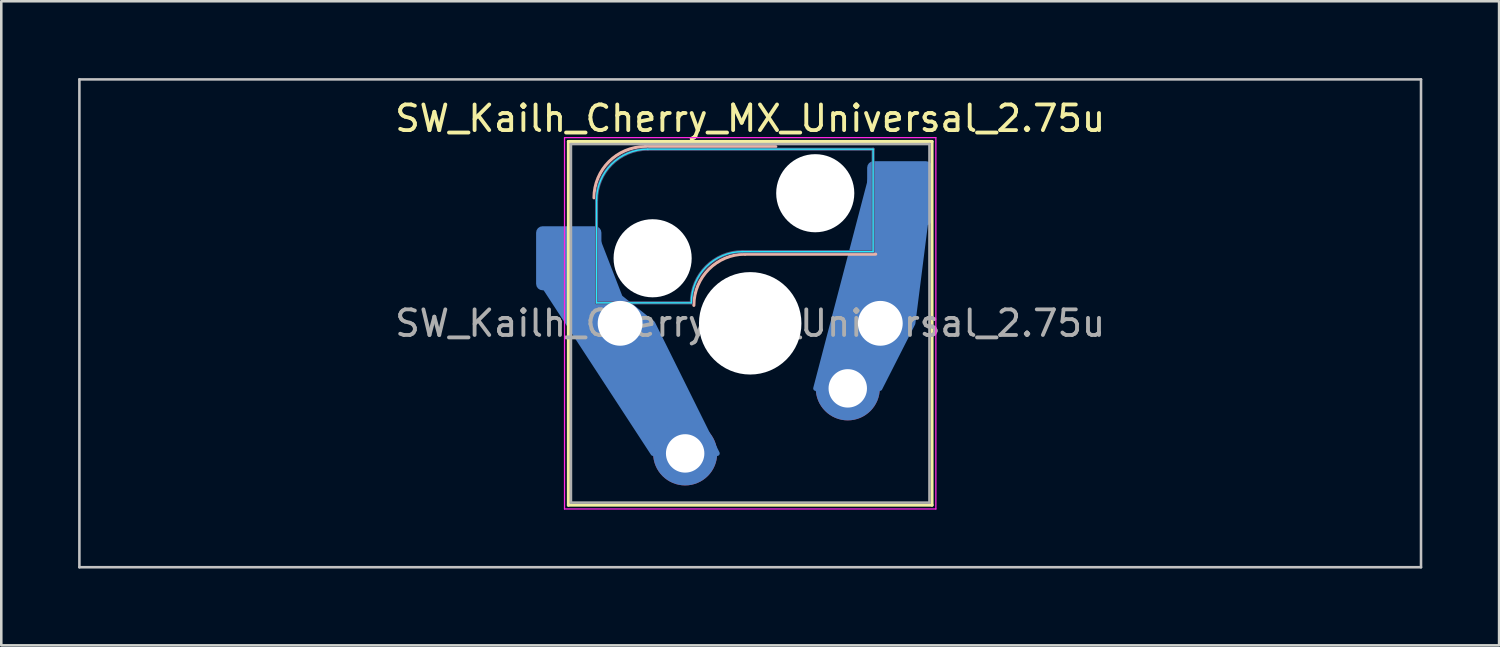
<source format=kicad_pcb>
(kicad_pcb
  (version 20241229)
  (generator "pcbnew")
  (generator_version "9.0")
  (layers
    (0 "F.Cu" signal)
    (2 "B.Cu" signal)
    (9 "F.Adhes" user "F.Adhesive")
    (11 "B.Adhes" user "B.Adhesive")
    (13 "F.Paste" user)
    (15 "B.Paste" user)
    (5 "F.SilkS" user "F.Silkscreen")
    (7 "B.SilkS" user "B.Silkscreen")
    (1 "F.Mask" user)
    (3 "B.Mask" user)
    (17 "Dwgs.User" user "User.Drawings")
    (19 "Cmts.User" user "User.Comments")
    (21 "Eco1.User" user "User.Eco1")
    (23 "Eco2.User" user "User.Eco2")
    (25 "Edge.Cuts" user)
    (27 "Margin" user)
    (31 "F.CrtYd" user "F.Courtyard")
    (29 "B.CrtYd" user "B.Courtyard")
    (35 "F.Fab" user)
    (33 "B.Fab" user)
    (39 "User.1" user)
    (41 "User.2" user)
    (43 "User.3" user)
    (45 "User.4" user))
  (footprint "SW_Kailh_Cherry_MX_Universal_2.75u"
    (layer "F.Cu")
    (at 26.244 9.575)
    (property "Reference" "SW_Kailh_Cherry_MX_Universal_2.75u" (at 0 -8 0) (layer "F.SilkS") (effects (font (size 1 1) (thickness 0.15))))
    (attr through_hole)
    (fp_poly (pts (xy 6.867 -4.08) (xy 6.35 0) (xy 5.06 2.54) (xy 2.56 2.54) (xy 4.817 -6.08)) (stroke (width 0.2) (type solid)) (fill yes) (layer "B.Cu"))
    (fp_poly (pts (xy -5.08 -1.015) (xy -3.81 0) (xy -1.29 5.08) (xy -3.79 5.08) (xy -8.11 -1.54) (xy -6.06 -3.54)) (stroke (width 0.2) (type solid)) (fill yes) (layer "B.Cu"))
    (fp_line (start -7.1 -7.1) (end -7.1 7.1) (stroke (width 0.12) (type solid)) (layer "F.SilkS"))
    (fp_line (start -7.1 7.1) (end 7.1 7.1) (stroke (width 0.12) (type solid)) (layer "F.SilkS"))
    (fp_line (start 7.1 -7.1) (end -7.1 -7.1) (stroke (width 0.12) (type solid)) (layer "F.SilkS"))
    (fp_line (start 7.1 7.1) (end 7.1 -7.1) (stroke (width 0.12) (type solid)) (layer "F.SilkS"))
    (fp_line (start -4.1 -6.9) (end 1 -6.9) (stroke (width 0.12) (type solid)) (layer "B.SilkS"))
    (fp_line (start -0.2 -2.7) (end 4.9 -2.7) (stroke (width 0.12) (type solid)) (layer "B.SilkS"))
    (fp_arc (start -6.1 -4.9) (mid -5.514214 -6.314214) (end -4.1 -6.9) (stroke (width 0.12) (type solid)) (layer "B.SilkS"))
    (fp_arc (start -2.2 -0.7) (mid -1.614214 -2.114214) (end -0.2 -2.7) (stroke (width 0.12) (type solid)) (layer "B.SilkS"))
    (fp_line (start -26.194 -9.525) (end -26.194 9.525) (stroke (width 0.1) (type solid)) (layer "Dwgs.User"))
    (fp_line (start -26.194 9.525) (end 26.194 9.525) (stroke (width 0.1) (type solid)) (layer "Dwgs.User"))
    (fp_line (start 26.194 -9.525) (end -26.194 -9.525) (stroke (width 0.1) (type solid)) (layer "Dwgs.User"))
    (fp_line (start 26.194 9.525) (end 26.194 -9.525) (stroke (width 0.1) (type solid)) (layer "Dwgs.User"))
    (fp_line (start -7.8 -6) (end -7 -6) (stroke (width 0.1) (type solid)) (layer "Eco1.User"))
    (fp_line (start -7.8 -2.9) (end -7.8 -6) (stroke (width 0.1) (type solid)) (layer "Eco1.User"))
    (fp_line (start -7.8 2.9) (end -7 2.9) (stroke (width 0.1) (type solid)) (layer "Eco1.User"))
    (fp_line (start -7.8 6) (end -7.8 2.9) (stroke (width 0.1) (type solid)) (layer "Eco1.User"))
    (fp_line (start -7 -7) (end 7 -7) (stroke (width 0.1) (type solid)) (layer "Eco1.User"))
    (fp_line (start -7 -6) (end -7 -7) (stroke (width 0.1) (type solid)) (layer "Eco1.User"))
    (fp_line (start -7 -2.9) (end -7.8 -2.9) (stroke (width 0.1) (type solid)) (layer "Eco1.User"))
    (fp_line (start -7 2.9) (end -7 -2.9) (stroke (width 0.1) (type solid)) (layer "Eco1.User"))
    (fp_line (start -7 6) (end -7.8 6) (stroke (width 0.1) (type solid)) (layer "Eco1.User"))
    (fp_line (start -7 7) (end -7 6) (stroke (width 0.1) (type solid)) (layer "Eco1.User"))
    (fp_line (start 7 -7) (end 7 -6) (stroke (width 0.1) (type solid)) (layer "Eco1.User"))
    (fp_line (start 7 -6) (end 7.8 -6) (stroke (width 0.1) (type solid)) (layer "Eco1.User"))
    (fp_line (start 7 -2.9) (end 7 2.9) (stroke (width 0.1) (type solid)) (layer "Eco1.User"))
    (fp_line (start 7 2.9) (end 7.8 2.9) (stroke (width 0.1) (type solid)) (layer "Eco1.User"))
    (fp_line (start 7 6) (end 7 7) (stroke (width 0.1) (type solid)) (layer "Eco1.User"))
    (fp_line (start 7 7) (end -7 7) (stroke (width 0.1) (type solid)) (layer "Eco1.User"))
    (fp_line (start 7.8 -6) (end 7.8 -2.9) (stroke (width 0.1) (type solid)) (layer "Eco1.User"))
    (fp_line (start 7.8 -2.9) (end 7 -2.9) (stroke (width 0.1) (type solid)) (layer "Eco1.User"))
    (fp_line (start 7.8 2.9) (end 7.8 6) (stroke (width 0.1) (type solid)) (layer "Eco1.User"))
    (fp_line (start 7.8 6) (end 7 6) (stroke (width 0.1) (type solid)) (layer "Eco1.User"))
    (fp_line (start -6 -0.8) (end -6 -4.8) (stroke (width 0.05) (type solid)) (layer "B.CrtYd"))
    (fp_line (start -6 -0.8) (end -2.3 -0.8) (stroke (width 0.05) (type solid)) (layer "B.CrtYd"))
    (fp_line (start -4 -6.8) (end 4.8 -6.8) (stroke (width 0.05) (type solid)) (layer "B.CrtYd"))
    (fp_line (start -0.3 -2.8) (end 4.8 -2.8) (stroke (width 0.05) (type solid)) (layer "B.CrtYd"))
    (fp_line (start 4.8 -6.8) (end 4.8 -2.8) (stroke (width 0.05) (type solid)) (layer "B.CrtYd"))
    (fp_arc (start -6 -4.8) (mid -5.414214 -6.214214) (end -4 -6.8) (stroke (width 0.05) (type solid)) (layer "B.CrtYd"))
    (fp_arc (start -2.3 -0.8) (mid -1.714214 -2.214214) (end -0.3 -2.8) (stroke (width 0.05) (type solid)) (layer "B.CrtYd"))
    (fp_line (start -7.25 -7.25) (end -7.25 7.25) (stroke (width 0.05) (type solid)) (layer "F.CrtYd"))
    (fp_line (start -7.25 7.25) (end 7.25 7.25) (stroke (width 0.05) (type solid)) (layer "F.CrtYd"))
    (fp_line (start 7.25 -7.25) (end -7.25 -7.25) (stroke (width 0.05) (type solid)) (layer "F.CrtYd"))
    (fp_line (start 7.25 7.25) (end 7.25 -7.25) (stroke (width 0.05) (type solid)) (layer "F.CrtYd"))
    (fp_line (start -6 -0.8) (end -6 -4.8) (stroke (width 0.12) (type solid)) (layer "B.Fab"))
    (fp_line (start -6 -0.8) (end -2.3 -0.8) (stroke (width 0.12) (type solid)) (layer "B.Fab"))
    (fp_line (start -4 -6.8) (end 4.8 -6.8) (stroke (width 0.12) (type solid)) (layer "B.Fab"))
    (fp_line (start -0.3 -2.8) (end 4.8 -2.8) (stroke (width 0.12) (type solid)) (layer "B.Fab"))
    (fp_line (start 4.8 -6.8) (end 4.8 -2.8) (stroke (width 0.12) (type solid)) (layer "B.Fab"))
    (fp_arc (start -6 -4.8) (mid -5.414214 -6.214214) (end -4 -6.8) (stroke (width 0.12) (type solid)) (layer "B.Fab"))
    (fp_arc (start -2.3 -0.8) (mid -1.714214 -2.214214) (end -0.3 -2.8) (stroke (width 0.12) (type solid)) (layer "B.Fab"))
    (fp_line (start -7 -7) (end -7 7) (stroke (width 0.1) (type solid)) (layer "F.Fab"))
    (fp_line (start -7 7) (end 7 7) (stroke (width 0.1) (type solid)) (layer "F.Fab"))
    (fp_line (start 7 -7) (end -7 -7) (stroke (width 0.1) (type solid)) (layer "F.Fab"))
    (fp_line (start 7 7) (end 7 -7) (stroke (width 0.1) (type solid)) (layer "F.Fab"))
    (fp_text user "${REFERENCE}" (at 0 0 0) (layer "F.Fab") (effects (font (size 1 1) (thickness 0.15))))
    (pad "" np_thru_hole circle (at -5.08 0) (size 1.75 1.75) (drill 1.75) (layers "*.Cu" "*.Mask"))
    (pad "" np_thru_hole circle (at -3.81 -2.54) (size 3.05 3.05) (drill 3.05) (layers "*.Cu" "*.Mask"))
    (pad "" np_thru_hole circle (at 0 0) (size 4 4) (drill 4) (layers "*.Cu" "*.Mask"))
    (pad "" np_thru_hole circle (at 2.54 -5.08) (size 3.05 3.05) (drill 3.05) (layers "*.Cu" "*.Mask"))
    (pad "" np_thru_hole circle (at 5.08 0) (size 1.75 1.75) (drill 1.75) (layers "*.Cu" "*.Mask"))
    (pad "1" smd roundrect (at -7.085 -2.54) (size 2.55 2.5) (layers "B.Cu" "B.Mask" "B.Paste") (roundrect_rratio 0.1))
    (pad "1" thru_hole circle (at -2.54 5.08) (size 2.5 2.5) (drill 1.5) (layers "*.Cu" "*.Mask"))
    (pad "2" thru_hole circle (at 3.81 2.54) (size 2.5 2.5) (drill 1.5) (layers "*.Cu" "*.Mask"))
    (pad "2" smd roundrect (at 5.842 -5.08) (size 2.55 2.5) (layers "B.Cu" "B.Mask" "B.Paste") (roundrect_rratio 0.1)))
  (gr_rect
    (start -3 -3)
    (end 55.487 22.15)
    (stroke (width 0.1) (type default))
    (fill no)
    (layer "Edge.Cuts")))
</source>
